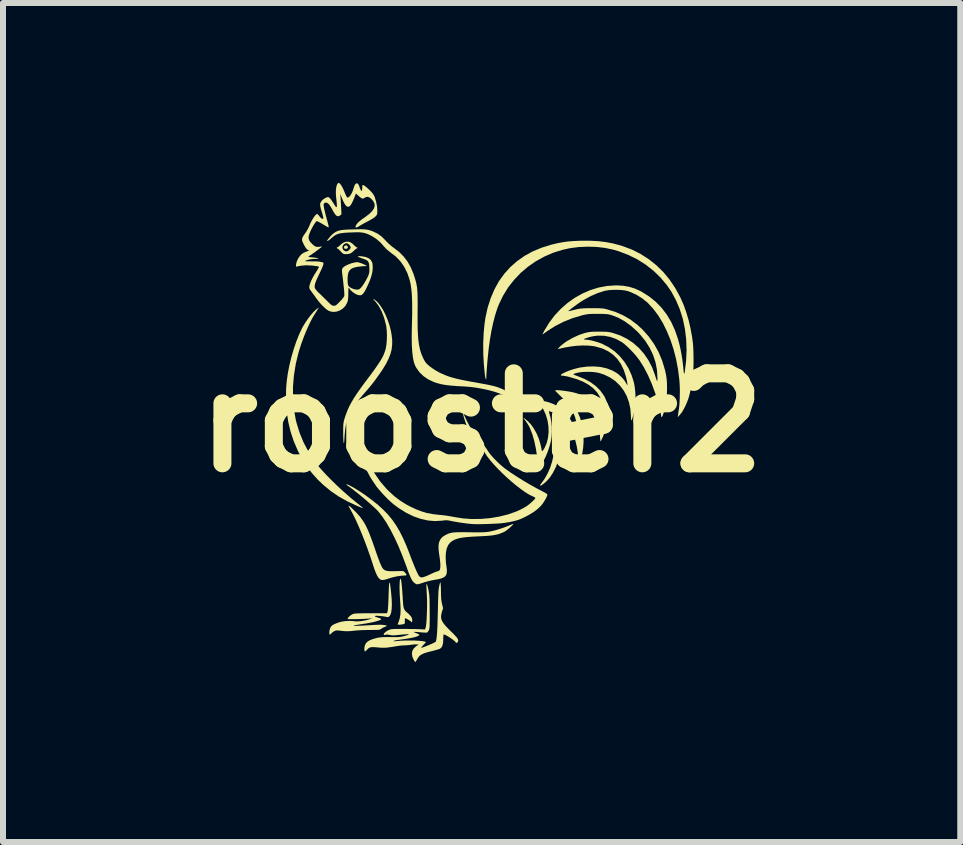
<source format=kicad_pcb>
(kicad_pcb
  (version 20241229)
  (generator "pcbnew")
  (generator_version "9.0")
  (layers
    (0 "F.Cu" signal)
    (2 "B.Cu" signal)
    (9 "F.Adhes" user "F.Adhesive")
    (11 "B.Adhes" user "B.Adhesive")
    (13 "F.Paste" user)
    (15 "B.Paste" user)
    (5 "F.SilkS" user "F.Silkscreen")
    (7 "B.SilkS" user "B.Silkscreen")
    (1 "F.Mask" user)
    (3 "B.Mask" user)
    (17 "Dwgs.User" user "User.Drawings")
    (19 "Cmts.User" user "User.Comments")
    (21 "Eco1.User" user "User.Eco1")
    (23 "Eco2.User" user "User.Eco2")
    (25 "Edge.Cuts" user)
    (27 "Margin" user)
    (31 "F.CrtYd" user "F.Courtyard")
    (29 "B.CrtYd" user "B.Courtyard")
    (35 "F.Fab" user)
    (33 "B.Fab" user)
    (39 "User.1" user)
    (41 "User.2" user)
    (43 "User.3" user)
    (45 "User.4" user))
  (footprint "rooster2"
    (layer "F.Cu")
    (at 4.979 3.995)
    (property "Reference" "rooster2" (at 0 0 0) (layer "F.SilkS") (effects (font (size 1.5 1.5) (thickness 0.3))))
    (attr board_only exclude_from_pos_files exclude_from_bom)
    (fp_poly (pts (xy -2.248 -2.952) (xy -2.235 -2.939) (xy -2.229 -2.921) (xy -2.235 -2.908) (xy -2.252 -2.898) (xy -2.272 -2.897) (xy -2.289 -2.904) (xy -2.293 -2.91) (xy -2.294 -2.93) (xy -2.283 -2.946) (xy -2.266 -2.954)) (stroke (width 0) (type solid)) (fill yes) (layer "F.SilkS"))
    (fp_poly (pts (xy 1.232 -0.028) (xy 1.243 -0.008) (xy 1.259 0.02) (xy 1.268 0.037) (xy 1.305 0.123) (xy 1.328 0.21) (xy 1.338 0.299) (xy 1.335 0.394) (xy 1.318 0.495) (xy 1.288 0.605) (xy 1.281 0.626) (xy 1.238 0.738) (xy 1.189 0.835) (xy 1.135 0.917) (xy 1.074 0.985) (xy 1.023 1.027) (xy 0.995 1.046) (xy 0.978 1.052) (xy 0.973 1.047) (xy 0.981 1.031) (xy 0.993 1.015) (xy 1.049 0.937) (xy 1.099 0.848) (xy 1.141 0.753) (xy 1.172 0.657) (xy 1.179 0.631) (xy 1.202 0.52) (xy 1.22 0.412) (xy 1.233 0.31) (xy 1.24 0.216) (xy 1.242 0.132) (xy 1.238 0.061) (xy 1.231 0.02) (xy 1.226 -0.008) (xy 1.224 -0.028) (xy 1.225 -0.035)) (stroke (width 0) (type solid)) (fill yes) (layer "F.SilkS"))
    (fp_poly (pts (xy -1.345 2.614) (xy -1.34 2.64) (xy -1.335 2.682) (xy -1.329 2.738) (xy -1.323 2.811) (xy -1.317 2.901) (xy -1.314 2.953) (xy -1.31 3.01) (xy -1.306 3.054) (xy -1.299 3.087) (xy -1.29 3.112) (xy -1.276 3.133) (xy -1.257 3.154) (xy -1.234 3.173) (xy -1.208 3.197) (xy -1.186 3.222) (xy -1.173 3.238) (xy -1.162 3.263) (xy -1.157 3.29) (xy -1.158 3.313) (xy -1.165 3.326) (xy -1.173 3.325) (xy -1.174 3.322) (xy -1.181 3.314) (xy -1.198 3.301) (xy -1.222 3.286) (xy -1.246 3.272) (xy -1.266 3.263) (xy -1.275 3.261) (xy -1.28 3.269) (xy -1.281 3.293) (xy -1.28 3.303) (xy -1.28 3.334) (xy -1.286 3.352) (xy -1.288 3.354) (xy -1.302 3.359) (xy -1.324 3.364) (xy -1.351 3.367) (xy -1.376 3.368) (xy -1.394 3.368) (xy -1.4 3.364) (xy -1.397 3.353) (xy -1.389 3.332) (xy -1.383 3.318) (xy -1.365 3.261) (xy -1.354 3.191) (xy -1.351 3.107) (xy -1.356 3.008) (xy -1.358 2.985) (xy -1.362 2.919) (xy -1.366 2.852) (xy -1.368 2.788) (xy -1.369 2.729) (xy -1.367 2.679) (xy -1.365 2.641) (xy -1.362 2.622) (xy -1.356 2.606) (xy -1.351 2.603)) (stroke (width 0) (type solid)) (fill yes) (layer "F.SilkS"))
    (fp_poly (pts (xy -2.21 -3.014) (xy -2.178 -3) (xy -2.145 -2.976) (xy -2.126 -2.957) (xy -2.106 -2.938) (xy -2.089 -2.925) (xy -2.081 -2.922) (xy -2.07 -2.916) (xy -2.07 -2.913) (xy -2.076 -2.905) (xy -2.081 -2.904) (xy -2.093 -2.898) (xy -2.111 -2.883) (xy -2.126 -2.869) (xy -2.16 -2.838) (xy -2.191 -2.819) (xy -2.224 -2.811) (xy -2.258 -2.809) (xy -2.284 -2.809) (xy -2.302 -2.813) (xy -2.317 -2.822) (xy -2.335 -2.839) (xy -2.352 -2.857) (xy -2.375 -2.88) (xy -2.394 -2.897) (xy -2.406 -2.904) (xy -2.407 -2.904) (xy -2.417 -2.91) (xy -2.417 -2.911) (xy -2.321 -2.911) (xy -2.308 -2.882) (xy -2.3 -2.874) (xy -2.273 -2.856) (xy -2.244 -2.855) (xy -2.215 -2.871) (xy -2.208 -2.878) (xy -2.192 -2.898) (xy -2.183 -2.918) (xy -2.183 -2.922) (xy -2.19 -2.943) (xy -2.207 -2.965) (xy -2.23 -2.983) (xy -2.252 -2.991) (xy -2.255 -2.991) (xy -2.275 -2.986) (xy -2.297 -2.971) (xy -2.299 -2.97) (xy -2.318 -2.942) (xy -2.321 -2.911) (xy -2.417 -2.911) (xy -2.417 -2.913) (xy -2.41 -2.921) (xy -2.406 -2.922) (xy -2.393 -2.928) (xy -2.376 -2.942) (xy -2.373 -2.945) (xy -2.328 -2.986) (xy -2.284 -3.01) (xy -2.246 -3.017)) (stroke (width 0) (type solid)) (fill yes) (layer "F.SilkS"))
    (fp_poly (pts (xy -2.207 1.389) (xy -2.186 1.405) (xy -2.16 1.43) (xy -2.129 1.46) (xy -2.097 1.492) (xy -2.066 1.526) (xy -2.038 1.557) (xy -2.017 1.583) (xy -2.015 1.586) (xy -1.986 1.626) (xy -1.959 1.667) (xy -1.934 1.711) (xy -1.91 1.76) (xy -1.886 1.815) (xy -1.86 1.88) (xy -1.831 1.956) (xy -1.799 2.046) (xy -1.787 2.08) (xy -1.767 2.139) (xy -1.747 2.196) (xy -1.728 2.25) (xy -1.711 2.294) (xy -1.699 2.328) (xy -1.696 2.334) (xy -1.676 2.381) (xy -1.658 2.417) (xy -1.638 2.443) (xy -1.614 2.46) (xy -1.583 2.471) (xy -1.542 2.476) (xy -1.488 2.477) (xy -1.44 2.476) (xy -1.306 2.474) (xy -1.279 2.499) (xy -1.259 2.522) (xy -1.253 2.539) (xy -1.262 2.547) (xy -1.272 2.548) (xy -1.34 2.552) (xy -1.415 2.563) (xy -1.489 2.58) (xy -1.542 2.596) (xy -1.591 2.612) (xy -1.627 2.621) (xy -1.654 2.624) (xy -1.675 2.621) (xy -1.693 2.612) (xy -1.703 2.604) (xy -1.723 2.582) (xy -1.744 2.548) (xy -1.765 2.501) (xy -1.789 2.439) (xy -1.81 2.374) (xy -1.854 2.24) (xy -1.901 2.107) (xy -1.949 1.977) (xy -1.998 1.853) (xy -2.047 1.736) (xy -2.095 1.629) (xy -2.141 1.535) (xy -2.184 1.454) (xy -2.194 1.437) (xy -2.208 1.411) (xy -2.217 1.391) (xy -2.218 1.383) (xy -2.218 1.383)) (stroke (width 0) (type solid)) (fill yes) (layer "F.SilkS"))
    (fp_poly (pts (xy -2.708 -1.917) (xy -2.715 -1.91) (xy -2.727 -1.899) (xy -2.73 -1.893) (xy -2.735 -1.884) (xy -2.747 -1.864) (xy -2.764 -1.837) (xy -2.77 -1.828) (xy -2.809 -1.766) (xy -2.85 -1.69) (xy -2.891 -1.603) (xy -2.933 -1.508) (xy -2.972 -1.409) (xy -3.009 -1.308) (xy -3.04 -1.21) (xy -3.051 -1.174) (xy -3.098 -0.982) (xy -3.129 -0.79) (xy -3.145 -0.6) (xy -3.145 -0.412) (xy -3.13 -0.228) (xy -3.099 -0.05) (xy -3.087 0) (xy -3.035 0.169) (xy -2.968 0.331) (xy -2.885 0.488) (xy -2.785 0.641) (xy -2.745 0.696) (xy -2.698 0.753) (xy -2.639 0.819) (xy -2.572 0.89) (xy -2.497 0.966) (xy -2.417 1.044) (xy -2.334 1.121) (xy -2.251 1.195) (xy -2.17 1.265) (xy -2.093 1.328) (xy -2.074 1.343) (xy -2.041 1.369) (xy -2.013 1.392) (xy -1.993 1.409) (xy -1.984 1.418) (xy -1.984 1.418) (xy -1.982 1.422) (xy -1.983 1.424) (xy -1.988 1.423) (xy -2 1.419) (xy -2.022 1.41) (xy -2.056 1.396) (xy -2.078 1.387) (xy -2.237 1.313) (xy -2.382 1.232) (xy -2.515 1.141) (xy -2.638 1.04) (xy -2.731 0.951) (xy -2.823 0.849) (xy -2.903 0.746) (xy -2.975 0.636) (xy -3.041 0.515) (xy -3.066 0.465) (xy -3.133 0.308) (xy -3.186 0.147) (xy -3.225 -0.017) (xy -3.25 -0.188) (xy -3.261 -0.366) (xy -3.26 -0.555) (xy -3.26 -0.561) (xy -3.25 -0.684) (xy -3.232 -0.816) (xy -3.206 -0.951) (xy -3.173 -1.087) (xy -3.134 -1.221) (xy -3.091 -1.349) (xy -3.044 -1.468) (xy -2.994 -1.574) (xy -2.974 -1.61) (xy -2.937 -1.671) (xy -2.895 -1.731) (xy -2.853 -1.787) (xy -2.811 -1.836) (xy -2.771 -1.876) (xy -2.737 -1.903) (xy -2.722 -1.912) (xy -2.708 -1.919)) (stroke (width 0) (type solid)) (fill yes) (layer "F.SilkS"))
    (fp_poly (pts (xy -1.797 -2.058) (xy -1.777 -2.044) (xy -1.768 -2.038) (xy -1.724 -1.996) (xy -1.681 -1.939) (xy -1.639 -1.871) (xy -1.6 -1.792) (xy -1.565 -1.707) (xy -1.535 -1.617) (xy -1.512 -1.526) (xy -1.5 -1.457) (xy -1.491 -1.374) (xy -1.492 -1.296) (xy -1.501 -1.219) (xy -1.521 -1.143) (xy -1.552 -1.064) (xy -1.594 -0.98) (xy -1.649 -0.89) (xy -1.703 -0.81) (xy -1.749 -0.746) (xy -1.79 -0.689) (xy -1.831 -0.637) (xy -1.874 -0.584) (xy -1.924 -0.526) (xy -1.97 -0.474) (xy -2.048 -0.382) (xy -2.113 -0.298) (xy -2.166 -0.217) (xy -2.207 -0.138) (xy -2.238 -0.057) (xy -2.261 0.028) (xy -2.276 0.119) (xy -2.285 0.22) (xy -2.286 0.239) (xy -2.289 0.287) (xy -2.291 0.319) (xy -2.294 0.337) (xy -2.296 0.342) (xy -2.3 0.336) (xy -2.3 0.335) (xy -2.303 0.318) (xy -2.305 0.287) (xy -2.307 0.245) (xy -2.308 0.196) (xy -2.308 0.157) (xy -2.308 0.1) (xy -2.307 0.056) (xy -2.305 0.023) (xy -2.301 -0.005) (xy -2.296 -0.031) (xy -2.288 -0.059) (xy -2.284 -0.074) (xy -2.261 -0.141) (xy -2.236 -0.206) (xy -2.207 -0.271) (xy -2.172 -0.336) (xy -2.131 -0.406) (xy -2.082 -0.481) (xy -2.024 -0.564) (xy -1.956 -0.658) (xy -1.933 -0.688) (xy -1.866 -0.777) (xy -1.809 -0.854) (xy -1.761 -0.921) (xy -1.722 -0.979) (xy -1.689 -1.029) (xy -1.663 -1.073) (xy -1.642 -1.113) (xy -1.626 -1.15) (xy -1.613 -1.186) (xy -1.602 -1.222) (xy -1.595 -1.252) (xy -1.586 -1.312) (xy -1.581 -1.383) (xy -1.579 -1.459) (xy -1.582 -1.533) (xy -1.589 -1.6) (xy -1.595 -1.63) (xy -1.626 -1.748) (xy -1.666 -1.852) (xy -1.715 -1.943) (xy -1.772 -2.019) (xy -1.781 -2.028) (xy -1.8 -2.049) (xy -1.805 -2.059)) (stroke (width 0) (type solid)) (fill yes) (layer "F.SilkS"))
    (fp_poly (pts (xy -1.532 2.67) (xy -1.527 2.691) (xy -1.522 2.729) (xy -1.515 2.784) (xy -1.509 2.84) (xy -1.5 2.943) (xy -1.497 3.031) (xy -1.5 3.105) (xy -1.508 3.163) (xy -1.522 3.205) (xy -1.534 3.223) (xy -1.546 3.236) (xy -1.558 3.241) (xy -1.575 3.241) (xy -1.6 3.236) (xy -1.634 3.23) (xy -1.676 3.225) (xy -1.715 3.221) (xy -1.753 3.219) (xy -1.776 3.222) (xy -1.782 3.227) (xy -1.773 3.235) (xy -1.746 3.245) (xy -1.737 3.248) (xy -1.709 3.257) (xy -1.687 3.265) (xy -1.679 3.269) (xy -1.676 3.277) (xy -1.687 3.288) (xy -1.714 3.299) (xy -1.752 3.311) (xy -1.801 3.324) (xy -1.86 3.336) (xy -1.926 3.348) (xy -1.981 3.356) (xy -2.046 3.366) (xy -2.093 3.373) (xy -2.122 3.379) (xy -2.134 3.384) (xy -2.13 3.387) (xy -2.107 3.388) (xy -2.068 3.387) (xy -2.011 3.385) (xy -1.937 3.381) (xy -1.845 3.376) (xy -1.809 3.373) (xy -1.737 3.37) (xy -1.682 3.369) (xy -1.641 3.372) (xy -1.627 3.374) (xy -1.6 3.379) (xy -1.582 3.384) (xy -1.577 3.386) (xy -1.582 3.39) (xy -1.599 3.398) (xy -1.612 3.404) (xy -1.642 3.417) (xy -1.669 3.433) (xy -1.675 3.437) (xy -1.685 3.444) (xy -1.695 3.449) (xy -1.71 3.453) (xy -1.731 3.455) (xy -1.761 3.456) (xy -1.803 3.456) (xy -1.86 3.457) (xy -1.861 3.457) (xy -1.922 3.457) (xy -1.987 3.459) (xy -2.05 3.462) (xy -2.105 3.466) (xy -2.132 3.469) (xy -2.186 3.475) (xy -2.23 3.477) (xy -2.27 3.477) (xy -2.314 3.473) (xy -2.334 3.471) (xy -2.375 3.466) (xy -2.404 3.464) (xy -2.424 3.465) (xy -2.44 3.469) (xy -2.455 3.475) (xy -2.46 3.478) (xy -2.485 3.494) (xy -2.507 3.513) (xy -2.51 3.518) (xy -2.523 3.531) (xy -2.532 3.534) (xy -2.533 3.534) (xy -2.538 3.518) (xy -2.539 3.493) (xy -2.536 3.462) (xy -2.528 3.433) (xy -2.523 3.419) (xy -2.51 3.398) (xy -2.492 3.381) (xy -2.467 3.365) (xy -2.431 3.349) (xy -2.395 3.335) (xy -2.342 3.319) (xy -2.278 3.309) (xy -2.212 3.305) (xy -2.151 3.307) (xy -2.124 3.311) (xy -2.082 3.314) (xy -2.03 3.311) (xy -1.973 3.303) (xy -1.915 3.291) (xy -1.874 3.279) (xy -1.822 3.261) (xy -1.874 3.265) (xy -1.923 3.269) (xy -1.977 3.272) (xy -2.032 3.274) (xy -2.085 3.276) (xy -2.134 3.276) (xy -2.176 3.276) (xy -2.209 3.276) (xy -2.229 3.274) (xy -2.235 3.272) (xy -2.228 3.255) (xy -2.21 3.234) (xy -2.185 3.213) (xy -2.159 3.196) (xy -2.154 3.194) (xy -2.143 3.19) (xy -2.129 3.186) (xy -2.112 3.183) (xy -2.088 3.181) (xy -2.057 3.18) (xy -2.016 3.179) (xy -1.963 3.178) (xy -1.896 3.178) (xy -1.848 3.178) (xy -1.578 3.178) (xy -1.568 3.146) (xy -1.564 3.127) (xy -1.561 3.092) (xy -1.558 3.044) (xy -1.555 2.984) (xy -1.552 2.915) (xy -1.552 2.894) (xy -1.549 2.814) (xy -1.547 2.751) (xy -1.544 2.705) (xy -1.541 2.677) (xy -1.537 2.665)) (stroke (width 0) (type solid)) (fill yes) (layer "F.SilkS"))
    (fp_poly (pts (xy -2.244 1.029) (xy -2.224 1.036) (xy -2.207 1.044) (xy -2.123 1.09) (xy -2.031 1.147) (xy -1.936 1.211) (xy -1.842 1.281) (xy -1.752 1.352) (xy -1.724 1.375) (xy -1.638 1.454) (xy -1.56 1.535) (xy -1.49 1.62) (xy -1.427 1.711) (xy -1.368 1.811) (xy -1.312 1.922) (xy -1.257 2.046) (xy -1.217 2.148) (xy -1.178 2.251) (xy -1.144 2.338) (xy -1.114 2.411) (xy -1.09 2.468) (xy -1.069 2.512) (xy -1.053 2.543) (xy -1.04 2.561) (xy -1.037 2.564) (xy -1.022 2.575) (xy -1.005 2.58) (xy -0.983 2.578) (xy -0.954 2.57) (xy -0.915 2.555) (xy -0.864 2.532) (xy -0.853 2.526) (xy -0.813 2.508) (xy -0.778 2.493) (xy -0.75 2.483) (xy -0.734 2.478) (xy -0.733 2.478) (xy -0.711 2.471) (xy -0.696 2.45) (xy -0.689 2.414) (xy -0.688 2.362) (xy -0.694 2.296) (xy -0.7 2.252) (xy -0.711 2.176) (xy -0.718 2.113) (xy -0.719 2.063) (xy -0.716 2.022) (xy -0.707 1.987) (xy -0.693 1.956) (xy -0.677 1.931) (xy -0.647 1.901) (xy -0.604 1.874) (xy -0.553 1.85) (xy -0.498 1.835) (xy -0.496 1.834) (xy -0.469 1.831) (xy -0.426 1.828) (xy -0.372 1.827) (xy -0.307 1.827) (xy -0.261 1.827) (xy -0.174 1.828) (xy -0.102 1.829) (xy -0.043 1.829) (xy 0.005 1.828) (xy 0.044 1.827) (xy 0.077 1.824) (xy 0.107 1.821) (xy 0.134 1.816) (xy 0.15 1.813) (xy 0.227 1.795) (xy 0.312 1.769) (xy 0.395 1.74) (xy 0.455 1.716) (xy 0.486 1.703) (xy 0.511 1.693) (xy 0.525 1.689) (xy 0.527 1.689) (xy 0.524 1.697) (xy 0.51 1.713) (xy 0.488 1.734) (xy 0.462 1.757) (xy 0.435 1.78) (xy 0.409 1.8) (xy 0.388 1.814) (xy 0.383 1.817) (xy 0.342 1.836) (xy 0.301 1.852) (xy 0.257 1.865) (xy 0.208 1.875) (xy 0.15 1.883) (xy 0.082 1.889) (xy 0.001 1.893) (xy -0.058 1.896) (xy -0.156 1.901) (xy -0.239 1.907) (xy -0.309 1.915) (xy -0.367 1.925) (xy -0.415 1.938) (xy -0.456 1.954) (xy -0.49 1.973) (xy -0.521 1.997) (xy -0.523 1.999) (xy -0.557 2.039) (xy -0.581 2.094) (xy -0.595 2.161) (xy -0.6 2.24) (xy -0.596 2.331) (xy -0.587 2.395) (xy -0.58 2.452) (xy -0.581 2.499) (xy -0.59 2.535) (xy -0.609 2.563) (xy -0.64 2.584) (xy -0.685 2.601) (xy -0.744 2.614) (xy -0.792 2.622) (xy -0.839 2.631) (xy -0.893 2.644) (xy -0.945 2.658) (xy -0.966 2.665) (xy -1.005 2.678) (xy -1.039 2.688) (xy -1.065 2.694) (xy -1.075 2.696) (xy -1.094 2.69) (xy -1.117 2.676) (xy -1.125 2.669) (xy -1.141 2.653) (xy -1.156 2.634) (xy -1.171 2.608) (xy -1.187 2.573) (xy -1.206 2.529) (xy -1.228 2.472) (xy -1.253 2.401) (xy -1.258 2.387) (xy -1.321 2.22) (xy -1.385 2.064) (xy -1.451 1.92) (xy -1.518 1.789) (xy -1.585 1.672) (xy -1.653 1.57) (xy -1.719 1.485) (xy -1.744 1.458) (xy -1.782 1.422) (xy -1.828 1.38) (xy -1.881 1.333) (xy -1.939 1.283) (xy -1.998 1.233) (xy -2.058 1.184) (xy -2.115 1.139) (xy -2.166 1.099) (xy -2.211 1.066) (xy -2.238 1.048) (xy -2.254 1.035) (xy -2.255 1.029)) (stroke (width 0) (type solid)) (fill yes) (layer "F.SilkS"))
    (fp_poly (pts (xy -1.961 -3.222) (xy -1.922 -3.218) (xy -1.886 -3.212) (xy -1.852 -3.202) (xy -1.817 -3.189) (xy -1.809 -3.186) (xy -1.736 -3.151) (xy -1.67 -3.104) (xy -1.607 -3.042) (xy -1.601 -3.034) (xy -1.553 -2.985) (xy -1.495 -2.936) (xy -1.459 -2.909) (xy -1.371 -2.841) (xy -1.297 -2.765) (xy -1.234 -2.682) (xy -1.181 -2.587) (xy -1.136 -2.479) (xy -1.126 -2.449) (xy -1.112 -2.404) (xy -1.1 -2.363) (xy -1.09 -2.323) (xy -1.082 -2.283) (xy -1.076 -2.241) (xy -1.072 -2.194) (xy -1.069 -2.139) (xy -1.068 -2.075) (xy -1.067 -2) (xy -1.067 -1.911) (xy -1.068 -1.851) (xy -1.068 -1.735) (xy -1.068 -1.634) (xy -1.066 -1.546) (xy -1.062 -1.47) (xy -1.058 -1.404) (xy -1.051 -1.345) (xy -1.043 -1.292) (xy -1.033 -1.242) (xy -1.026 -1.213) (xy -1.011 -1.162) (xy -0.99 -1.11) (xy -0.968 -1.06) (xy -0.944 -1.018) (xy -0.927 -0.994) (xy -0.899 -0.966) (xy -0.859 -0.933) (xy -0.812 -0.899) (xy -0.762 -0.867) (xy -0.714 -0.84) (xy -0.709 -0.837) (xy -0.655 -0.812) (xy -0.602 -0.789) (xy -0.548 -0.769) (xy -0.49 -0.751) (xy -0.426 -0.734) (xy -0.352 -0.717) (xy -0.267 -0.7) (xy -0.169 -0.681) (xy -0.13 -0.675) (xy -0.044 -0.659) (xy 0.027 -0.646) (xy 0.086 -0.635) (xy 0.135 -0.625) (xy 0.176 -0.616) (xy 0.211 -0.607) (xy 0.244 -0.598) (xy 0.27 -0.59) (xy 0.354 -0.556) (xy 0.43 -0.513) (xy 0.494 -0.462) (xy 0.545 -0.404) (xy 0.568 -0.367) (xy 0.581 -0.339) (xy 0.585 -0.325) (xy 0.578 -0.324) (xy 0.563 -0.337) (xy 0.557 -0.343) (xy 0.514 -0.38) (xy 0.456 -0.417) (xy 0.384 -0.452) (xy 0.301 -0.485) (xy 0.209 -0.516) (xy 0.109 -0.543) (xy 0.009 -0.564) (xy -0.053 -0.576) (xy -0.109 -0.585) (xy -0.161 -0.592) (xy -0.215 -0.597) (xy -0.275 -0.602) (xy -0.346 -0.606) (xy -0.391 -0.608) (xy -0.499 -0.616) (xy -0.592 -0.626) (xy -0.672 -0.64) (xy -0.744 -0.659) (xy -0.8 -0.678) (xy -0.892 -0.722) (xy -0.971 -0.776) (xy -1.037 -0.84) (xy -1.089 -0.913) (xy -1.11 -0.952) (xy -1.13 -1.008) (xy -1.145 -1.081) (xy -1.156 -1.171) (xy -1.163 -1.276) (xy -1.166 -1.398) (xy -1.165 -1.537) (xy -1.164 -1.565) (xy -1.161 -1.7) (xy -1.158 -1.818) (xy -1.158 -1.923) (xy -1.159 -2.015) (xy -1.162 -2.096) (xy -1.166 -2.167) (xy -1.173 -2.23) (xy -1.181 -2.288) (xy -1.191 -2.34) (xy -1.2 -2.378) (xy -1.239 -2.493) (xy -1.29 -2.596) (xy -1.354 -2.688) (xy -1.431 -2.769) (xy -1.515 -2.833) (xy -1.582 -2.887) (xy -1.63 -2.938) (xy -1.693 -3.009) (xy -1.759 -3.065) (xy -1.831 -3.11) (xy -1.835 -3.112) (xy -1.88 -3.135) (xy -1.919 -3.151) (xy -1.956 -3.162) (xy -1.996 -3.169) (xy -2.041 -3.173) (xy -2.097 -3.173) (xy -2.152 -3.171) (xy -2.229 -3.168) (xy -2.292 -3.164) (xy -2.342 -3.158) (xy -2.383 -3.149) (xy -2.416 -3.138) (xy -2.445 -3.122) (xy -2.473 -3.102) (xy -2.495 -3.083) (xy -2.527 -3.055) (xy -2.554 -3.036) (xy -2.574 -3.027) (xy -2.578 -3.026) (xy -2.577 -3.032) (xy -2.568 -3.047) (xy -2.552 -3.068) (xy -2.532 -3.092) (xy -2.512 -3.116) (xy -2.492 -3.135) (xy -2.484 -3.143) (xy -2.457 -3.163) (xy -2.432 -3.18) (xy -2.405 -3.192) (xy -2.376 -3.202) (xy -2.34 -3.209) (xy -2.295 -3.214) (xy -2.239 -3.218) (xy -2.169 -3.22) (xy -2.139 -3.221) (xy -2.067 -3.223) (xy -2.009 -3.224)) (stroke (width 0) (type solid)) (fill yes) (layer "F.SilkS"))
    (fp_poly (pts (xy -0.303 -0.148) (xy -0.259 -0.054) (xy -0.219 0.025) (xy -0.182 0.093) (xy -0.146 0.152) (xy -0.111 0.204) (xy -0.075 0.251) (xy -0.036 0.297) (xy -0.008 0.326) (xy 0.033 0.372) (xy 0.069 0.418) (xy 0.096 0.458) (xy 0.1 0.465) (xy 0.123 0.501) (xy 0.158 0.544) (xy 0.2 0.592) (xy 0.248 0.641) (xy 0.299 0.69) (xy 0.35 0.734) (xy 0.391 0.767) (xy 0.481 0.831) (xy 0.583 0.898) (xy 0.692 0.966) (xy 0.803 1.032) (xy 0.913 1.093) (xy 1.016 1.147) (xy 1.037 1.158) (xy 1.072 1.177) (xy 1.092 1.193) (xy 1.096 1.201) (xy 1.091 1.22) (xy 1.078 1.25) (xy 1.059 1.284) (xy 1.037 1.321) (xy 1.014 1.355) (xy 0.995 1.379) (xy 0.94 1.434) (xy 0.87 1.488) (xy 0.783 1.541) (xy 0.736 1.566) (xy 0.67 1.598) (xy 0.606 1.623) (xy 0.538 1.642) (xy 0.463 1.658) (xy 0.376 1.672) (xy 0.365 1.673) (xy 0.323 1.678) (xy 0.269 1.682) (xy 0.206 1.685) (xy 0.137 1.688) (xy 0.067 1.691) (xy -0.001 1.692) (xy -0.063 1.693) (xy -0.116 1.692) (xy -0.156 1.691) (xy -0.161 1.69) (xy -0.225 1.684) (xy -0.295 1.675) (xy -0.366 1.665) (xy -0.432 1.654) (xy -0.488 1.644) (xy -0.497 1.642) (xy -0.537 1.633) (xy -0.568 1.629) (xy -0.595 1.627) (xy -0.627 1.63) (xy -0.668 1.635) (xy -0.782 1.641) (xy -0.898 1.631) (xy -1.017 1.604) (xy -1.136 1.562) (xy -1.256 1.504) (xy -1.375 1.43) (xy -1.47 1.36) (xy -1.513 1.323) (xy -1.564 1.275) (xy -1.617 1.221) (xy -1.668 1.166) (xy -1.715 1.112) (xy -1.754 1.064) (xy -1.756 1.061) (xy -1.849 0.922) (xy -1.929 0.774) (xy -1.994 0.621) (xy -2.044 0.465) (xy -2.061 0.391) (xy -2.068 0.351) (xy -2.075 0.302) (xy -2.08 0.247) (xy -2.083 0.189) (xy -2.086 0.133) (xy -2.087 0.082) (xy -2.086 0.038) (xy -2.083 0.006) (xy -2.08 -0.009) (xy -2.075 -0.019) (xy -2.072 -0.018) (xy -2.069 -0.003) (xy -2.066 0.017) (xy -2.035 0.201) (xy -1.991 0.376) (xy -1.935 0.543) (xy -1.866 0.699) (xy -1.785 0.845) (xy -1.693 0.979) (xy -1.589 1.101) (xy -1.546 1.144) (xy -1.455 1.227) (xy -1.363 1.297) (xy -1.265 1.359) (xy -1.187 1.401) (xy -1.09 1.446) (xy -0.999 1.481) (xy -0.91 1.507) (xy -0.815 1.525) (xy -0.711 1.537) (xy -0.687 1.539) (xy -0.635 1.544) (xy -0.574 1.553) (xy -0.511 1.563) (xy -0.454 1.574) (xy -0.452 1.574) (xy -0.311 1.597) (xy -0.163 1.607) (xy -0.011 1.605) (xy 0.141 1.592) (xy 0.29 1.567) (xy 0.432 1.532) (xy 0.566 1.486) (xy 0.632 1.457) (xy 0.672 1.437) (xy 0.711 1.416) (xy 0.743 1.397) (xy 0.754 1.39) (xy 0.781 1.37) (xy 0.811 1.345) (xy 0.84 1.319) (xy 0.866 1.294) (xy 0.886 1.273) (xy 0.895 1.259) (xy 0.896 1.257) (xy 0.888 1.248) (xy 0.869 1.237) (xy 0.847 1.227) (xy 0.79 1.199) (xy 0.725 1.159) (xy 0.654 1.108) (xy 0.578 1.05) (xy 0.5 0.985) (xy 0.421 0.916) (xy 0.344 0.843) (xy 0.271 0.77) (xy 0.203 0.698) (xy 0.143 0.628) (xy 0.093 0.564) (xy 0.056 0.507) (xy 0.029 0.468) (xy -0.007 0.427) (xy -0.038 0.397) (xy -0.094 0.337) (xy -0.147 0.261) (xy -0.198 0.169) (xy -0.245 0.063) (xy -0.274 -0.017) (xy -0.286 -0.055) (xy -0.297 -0.09) (xy -0.305 -0.12) (xy -0.31 -0.143) (xy -0.311 -0.157) (xy -0.309 -0.158)) (stroke (width 0) (type solid)) (fill yes) (layer "F.SilkS"))
    (fp_poly (pts (xy -0.687 2.667) (xy -0.684 2.683) (xy -0.682 2.705) (xy -0.68 2.739) (xy -0.679 2.782) (xy -0.678 2.829) (xy -0.678 2.832) (xy -0.677 2.897) (xy -0.673 2.951) (xy -0.666 2.998) (xy -0.661 3.02) (xy -0.643 3.094) (xy -0.661 3.149) (xy -0.672 3.193) (xy -0.677 3.232) (xy -0.674 3.268) (xy -0.661 3.304) (xy -0.639 3.342) (xy -0.605 3.384) (xy -0.559 3.433) (xy -0.522 3.47) (xy -0.474 3.517) (xy -0.439 3.554) (xy -0.413 3.583) (xy -0.398 3.606) (xy -0.391 3.625) (xy -0.392 3.641) (xy -0.399 3.656) (xy -0.404 3.664) (xy -0.412 3.673) (xy -0.42 3.672) (xy -0.433 3.661) (xy -0.444 3.648) (xy -0.462 3.632) (xy -0.489 3.611) (xy -0.521 3.589) (xy -0.555 3.567) (xy -0.587 3.549) (xy -0.613 3.536) (xy -0.629 3.53) (xy -0.629 3.53) (xy -0.635 3.535) (xy -0.638 3.552) (xy -0.64 3.582) (xy -0.64 3.611) (xy -0.643 3.67) (xy -0.653 3.715) (xy -0.669 3.747) (xy -0.693 3.768) (xy -0.697 3.77) (xy -0.714 3.777) (xy -0.745 3.786) (xy -0.784 3.797) (xy -0.829 3.809) (xy -0.844 3.812) (xy -0.909 3.829) (xy -0.959 3.845) (xy -0.997 3.862) (xy -1.027 3.881) (xy -1.05 3.905) (xy -1.069 3.933) (xy -1.073 3.941) (xy -1.088 3.967) (xy -1.099 3.985) (xy -1.106 3.991) (xy -1.113 3.984) (xy -1.125 3.968) (xy -1.128 3.963) (xy -1.154 3.906) (xy -1.163 3.854) (xy -1.156 3.807) (xy -1.133 3.765) (xy -1.093 3.728) (xy -1.081 3.72) (xy -1.048 3.7) (xy -1.086 3.697) (xy -1.115 3.697) (xy -1.152 3.7) (xy -1.183 3.704) (xy -1.223 3.709) (xy -1.266 3.712) (xy -1.293 3.713) (xy -1.327 3.715) (xy -1.369 3.719) (xy -1.411 3.725) (xy -1.415 3.726) (xy -1.483 3.737) (xy -1.538 3.745) (xy -1.584 3.751) (xy -1.624 3.753) (xy -1.663 3.753) (xy -1.705 3.75) (xy -1.735 3.747) (xy -1.788 3.743) (xy -1.826 3.742) (xy -1.855 3.746) (xy -1.878 3.756) (xy -1.898 3.772) (xy -1.916 3.792) (xy -1.935 3.81) (xy -1.948 3.812) (xy -1.954 3.798) (xy -1.955 3.768) (xy -1.955 3.756) (xy -1.947 3.714) (xy -1.93 3.679) (xy -1.902 3.65) (xy -1.861 3.626) (xy -1.805 3.605) (xy -1.753 3.591) (xy -1.722 3.584) (xy -1.692 3.58) (xy -1.659 3.577) (xy -1.618 3.575) (xy -1.566 3.575) (xy -1.52 3.575) (xy -1.461 3.576) (xy -1.416 3.576) (xy -1.381 3.574) (xy -1.352 3.571) (xy -1.326 3.567) (xy -1.3 3.56) (xy -1.292 3.558) (xy -1.251 3.546) (xy -1.224 3.537) (xy -1.213 3.531) (xy -1.217 3.528) (xy -1.237 3.527) (xy -1.273 3.529) (xy -1.325 3.533) (xy -1.394 3.54) (xy -1.442 3.545) (xy -1.479 3.546) (xy -1.508 3.544) (xy -1.535 3.539) (xy -1.569 3.533) (xy -1.592 3.533) (xy -1.604 3.537) (xy -1.624 3.542) (xy -1.631 3.538) (xy -1.631 3.523) (xy -1.618 3.504) (xy -1.594 3.483) (xy -1.562 3.464) (xy -1.558 3.462) (xy -1.541 3.454) (xy -1.525 3.449) (xy -1.508 3.444) (xy -1.487 3.442) (xy -1.459 3.44) (xy -1.42 3.439) (xy -1.369 3.439) (xy -1.335 3.439) (xy -1.272 3.439) (xy -1.207 3.44) (xy -1.144 3.441) (xy -1.088 3.442) (xy -1.052 3.443) (xy -0.944 3.448) (xy -0.933 3.415) (xy -0.928 3.391) (xy -0.923 3.352) (xy -0.919 3.302) (xy -0.916 3.243) (xy -0.913 3.177) (xy -0.911 3.109) (xy -0.91 3.041) (xy -0.91 2.976) (xy -0.912 2.916) (xy -0.913 2.887) (xy -0.916 2.836) (xy -0.918 2.79) (xy -0.92 2.751) (xy -0.921 2.723) (xy -0.921 2.713) (xy -0.92 2.693) (xy -0.916 2.689) (xy -0.91 2.701) (xy -0.902 2.726) (xy -0.892 2.765) (xy -0.886 2.791) (xy -0.881 2.819) (xy -0.877 2.845) (xy -0.873 2.873) (xy -0.871 2.905) (xy -0.869 2.942) (xy -0.868 2.989) (xy -0.867 3.047) (xy -0.867 3.119) (xy -0.866 3.157) (xy -0.866 3.234) (xy -0.866 3.295) (xy -0.867 3.344) (xy -0.867 3.381) (xy -0.869 3.408) (xy -0.871 3.429) (xy -0.874 3.443) (xy -0.878 3.455) (xy -0.881 3.462) (xy -0.894 3.484) (xy -0.908 3.498) (xy -0.91 3.499) (xy -0.924 3.501) (xy -0.951 3.5) (xy -0.987 3.498) (xy -1.017 3.495) (xy -1.07 3.49) (xy -1.106 3.488) (xy -1.126 3.489) (xy -1.128 3.494) (xy -1.114 3.501) (xy -1.091 3.509) (xy -1.059 3.522) (xy -1.042 3.533) (xy -1.039 3.539) (xy -1.048 3.55) (xy -1.072 3.562) (xy -1.111 3.575) (xy -1.164 3.587) (xy -1.229 3.599) (xy -1.305 3.61) (xy -1.363 3.618) (xy -1.401 3.623) (xy -1.435 3.629) (xy -1.458 3.635) (xy -1.466 3.638) (xy -1.469 3.643) (xy -1.462 3.645) (xy -1.441 3.644) (xy -1.407 3.641) (xy -1.353 3.636) (xy -1.293 3.633) (xy -1.231 3.632) (xy -1.169 3.632) (xy -1.109 3.633) (xy -1.055 3.636) (xy -1.007 3.64) (xy -0.969 3.645) (xy -0.943 3.651) (xy -0.931 3.657) (xy -0.93 3.659) (xy -0.936 3.668) (xy -0.951 3.685) (xy -0.971 3.706) (xy -0.991 3.728) (xy -1.004 3.744) (xy -1.007 3.752) (xy -1.007 3.752) (xy -0.997 3.752) (xy -0.975 3.745) (xy -0.944 3.734) (xy -0.907 3.719) (xy -0.869 3.703) (xy -0.832 3.687) (xy -0.8 3.672) (xy -0.777 3.66) (xy -0.765 3.652) (xy -0.765 3.651) (xy -0.759 3.633) (xy -0.753 3.603) (xy -0.748 3.559) (xy -0.743 3.501) (xy -0.739 3.429) (xy -0.736 3.342) (xy -0.733 3.238) (xy -0.73 3.135) (xy -0.728 3.044) (xy -0.726 2.968) (xy -0.724 2.906) (xy -0.722 2.856) (xy -0.72 2.815) (xy -0.717 2.783) (xy -0.714 2.756) (xy -0.71 2.734) (xy -0.706 2.717) (xy -0.698 2.684) (xy -0.693 2.665) (xy -0.69 2.66)) (stroke (width 0) (type solid)) (fill yes) (layer "F.SilkS"))
    (fp_poly (pts (xy -2.361 -3.982) (xy -2.34 -3.955) (xy -2.318 -3.916) (xy -2.295 -3.866) (xy -2.288 -3.849) (xy -2.273 -3.812) (xy -2.259 -3.782) (xy -2.247 -3.76) (xy -2.241 -3.753) (xy -2.226 -3.753) (xy -2.207 -3.766) (xy -2.186 -3.791) (xy -2.166 -3.825) (xy -2.148 -3.865) (xy -2.134 -3.909) (xy -2.131 -3.919) (xy -2.118 -3.956) (xy -2.102 -3.98) (xy -2.084 -3.99) (xy -2.066 -3.985) (xy -2.05 -3.964) (xy -2.045 -3.952) (xy -2.028 -3.905) (xy -2.014 -3.875) (xy -2.003 -3.862) (xy -1.996 -3.866) (xy -1.992 -3.887) (xy -1.991 -3.907) (xy -1.99 -3.934) (xy -1.988 -3.953) (xy -1.986 -3.959) (xy -1.973 -3.96) (xy -1.95 -3.947) (xy -1.918 -3.922) (xy -1.878 -3.885) (xy -1.868 -3.876) (xy -1.833 -3.84) (xy -1.81 -3.811) (xy -1.793 -3.783) (xy -1.783 -3.761) (xy -1.76 -3.684) (xy -1.744 -3.604) (xy -1.739 -3.53) (xy -1.74 -3.497) (xy -1.743 -3.475) (xy -1.751 -3.458) (xy -1.766 -3.44) (xy -1.766 -3.44) (xy -1.788 -3.42) (xy -1.825 -3.396) (xy -1.874 -3.368) (xy -1.903 -3.353) (xy -1.945 -3.331) (xy -1.985 -3.309) (xy -2.018 -3.29) (xy -2.04 -3.277) (xy -2.043 -3.275) (xy -2.068 -3.259) (xy -2.089 -3.253) (xy -2.102 -3.255) (xy -2.104 -3.261) (xy -2.098 -3.282) (xy -2.083 -3.308) (xy -2.061 -3.335) (xy -2.052 -3.343) (xy -2.034 -3.359) (xy -2.006 -3.381) (xy -1.971 -3.406) (xy -1.937 -3.43) (xy -1.873 -3.479) (xy -1.826 -3.525) (xy -1.796 -3.569) (xy -1.783 -3.611) (xy -1.787 -3.653) (xy -1.807 -3.693) (xy -1.843 -3.733) (xy -1.843 -3.733) (xy -1.877 -3.757) (xy -1.908 -3.765) (xy -1.938 -3.756) (xy -1.952 -3.747) (xy -1.97 -3.736) (xy -1.988 -3.735) (xy -2.009 -3.745) (xy -2.037 -3.766) (xy -2.056 -3.783) (xy -2.095 -3.819) (xy -2.104 -3.799) (xy -2.111 -3.781) (xy -2.122 -3.753) (xy -2.136 -3.719) (xy -2.14 -3.709) (xy -2.165 -3.656) (xy -2.188 -3.619) (xy -2.212 -3.6) (xy -2.235 -3.598) (xy -2.259 -3.613) (xy -2.283 -3.645) (xy -2.309 -3.695) (xy -2.326 -3.735) (xy -2.357 -3.813) (xy -2.352 -3.748) (xy -2.35 -3.712) (xy -2.347 -3.665) (xy -2.344 -3.614) (xy -2.342 -3.578) (xy -2.337 -3.473) (xy -2.36 -3.454) (xy -2.379 -3.442) (xy -2.395 -3.441) (xy -2.412 -3.446) (xy -2.427 -3.455) (xy -2.441 -3.471) (xy -2.458 -3.496) (xy -2.48 -3.533) (xy -2.483 -3.539) (xy -2.503 -3.576) (xy -2.524 -3.609) (xy -2.542 -3.635) (xy -2.551 -3.645) (xy -2.577 -3.664) (xy -2.601 -3.669) (xy -2.621 -3.661) (xy -2.633 -3.642) (xy -2.635 -3.627) (xy -2.632 -3.604) (xy -2.625 -3.566) (xy -2.614 -3.518) (xy -2.6 -3.46) (xy -2.583 -3.396) (xy -2.572 -3.359) (xy -2.562 -3.32) (xy -2.554 -3.288) (xy -2.55 -3.265) (xy -2.55 -3.256) (xy -2.56 -3.257) (xy -2.58 -3.267) (xy -2.606 -3.282) (xy -2.611 -3.285) (xy -2.645 -3.306) (xy -2.681 -3.327) (xy -2.707 -3.341) (xy -2.75 -3.361) (xy -2.775 -3.331) (xy -2.795 -3.302) (xy -2.817 -3.264) (xy -2.84 -3.221) (xy -2.86 -3.178) (xy -2.875 -3.138) (xy -2.884 -3.108) (xy -2.884 -3.103) (xy -2.885 -3.07) (xy -2.876 -3.041) (xy -2.857 -3.011) (xy -2.825 -2.978) (xy -2.819 -2.971) (xy -2.791 -2.948) (xy -2.766 -2.934) (xy -2.739 -2.929) (xy -2.704 -2.931) (xy -2.68 -2.935) (xy -2.665 -2.936) (xy -2.661 -2.935) (xy -2.667 -2.928) (xy -2.685 -2.914) (xy -2.711 -2.894) (xy -2.742 -2.871) (xy -2.775 -2.846) (xy -2.806 -2.824) (xy -2.834 -2.804) (xy -2.854 -2.791) (xy -2.861 -2.787) (xy -2.879 -2.776) (xy -2.887 -2.767) (xy -2.887 -2.766) (xy -2.879 -2.762) (xy -2.858 -2.758) (xy -2.828 -2.755) (xy -2.82 -2.754) (xy -2.784 -2.751) (xy -2.753 -2.746) (xy -2.732 -2.741) (xy -2.73 -2.74) (xy -2.721 -2.736) (xy -2.724 -2.733) (xy -2.74 -2.731) (xy -2.762 -2.731) (xy -2.824 -2.727) (xy -2.883 -2.717) (xy -2.931 -2.702) (xy -2.932 -2.701) (xy -2.942 -2.696) (xy -2.945 -2.693) (xy -2.939 -2.691) (xy -2.921 -2.689) (xy -2.89 -2.689) (xy -2.844 -2.688) (xy -2.843 -2.688) (xy -2.797 -2.688) (xy -2.756 -2.687) (xy -2.723 -2.685) (xy -2.703 -2.683) (xy -2.701 -2.683) (xy -2.674 -2.677) (xy -2.656 -2.674) (xy -2.642 -2.669) (xy -2.637 -2.659) (xy -2.639 -2.638) (xy -2.639 -2.637) (xy -2.645 -2.618) (xy -2.657 -2.587) (xy -2.674 -2.548) (xy -2.695 -2.503) (xy -2.71 -2.472) (xy -2.74 -2.409) (xy -2.762 -2.358) (xy -2.776 -2.318) (xy -2.783 -2.286) (xy -2.784 -2.261) (xy -2.779 -2.239) (xy -2.778 -2.238) (xy -2.767 -2.221) (xy -2.747 -2.196) (xy -2.721 -2.169) (xy -2.712 -2.161) (xy -2.683 -2.134) (xy -2.647 -2.098) (xy -2.608 -2.06) (xy -2.576 -2.028) (xy -2.543 -1.995) (xy -2.518 -1.972) (xy -2.5 -1.958) (xy -2.485 -1.951) (xy -2.472 -1.948) (xy -2.464 -1.948) (xy -2.449 -1.949) (xy -2.434 -1.954) (xy -2.417 -1.966) (xy -2.395 -1.986) (xy -2.365 -2.017) (xy -2.364 -2.017) (xy -2.336 -2.047) (xy -2.312 -2.076) (xy -2.296 -2.099) (xy -2.29 -2.11) (xy -2.289 -2.128) (xy -2.29 -2.16) (xy -2.293 -2.208) (xy -2.3 -2.271) (xy -2.308 -2.35) (xy -2.32 -2.446) (xy -2.323 -2.474) (xy -2.328 -2.513) (xy -2.329 -2.538) (xy -2.327 -2.555) (xy -2.322 -2.569) (xy -2.318 -2.576) (xy -2.298 -2.596) (xy -2.265 -2.617) (xy -2.222 -2.637) (xy -2.175 -2.655) (xy -2.136 -2.665) (xy -2.103 -2.672) (xy -2.079 -2.675) (xy -2.057 -2.672) (xy -2.032 -2.665) (xy -1.997 -2.653) (xy -1.961 -2.638) (xy -1.949 -2.632) (xy -1.911 -2.611) (xy -1.993 -2.606) (xy -2.066 -2.598) (xy -2.123 -2.586) (xy -2.167 -2.568) (xy -2.198 -2.542) (xy -2.219 -2.508) (xy -2.23 -2.463) (xy -2.235 -2.407) (xy -2.235 -2.394) (xy -2.234 -2.346) (xy -2.231 -2.312) (xy -2.225 -2.288) (xy -2.214 -2.271) (xy -2.196 -2.257) (xy -2.174 -2.244) (xy -2.131 -2.225) (xy -2.092 -2.218) (xy -2.082 -2.217) (xy -2.055 -2.219) (xy -2.036 -2.227) (xy -2.016 -2.244) (xy -2.012 -2.249) (xy -1.987 -2.279) (xy -1.96 -2.32) (xy -1.932 -2.367) (xy -1.907 -2.414) (xy -1.887 -2.457) (xy -1.886 -2.461) (xy -1.876 -2.49) (xy -1.872 -2.518) (xy -1.871 -2.552) (xy -1.872 -2.583) (xy -1.875 -2.631) (xy -1.882 -2.665) (xy -1.895 -2.689) (xy -1.915 -2.707) (xy -1.947 -2.722) (xy -1.983 -2.734) (xy -2.027 -2.75) (xy -2.055 -2.762) (xy -2.065 -2.77) (xy -2.059 -2.774) (xy -2.035 -2.775) (xy -2.002 -2.773) (xy -1.937 -2.762) (xy -1.886 -2.742) (xy -1.849 -2.712) (xy -1.825 -2.671) (xy -1.822 -2.661) (xy -1.819 -2.643) (xy -1.817 -2.612) (xy -1.816 -2.577) (xy -1.816 -2.572) (xy -1.822 -2.512) (xy -1.838 -2.444) (xy -1.864 -2.368) (xy -1.902 -2.281) (xy -1.914 -2.257) (xy -1.94 -2.204) (xy -1.963 -2.167) (xy -1.983 -2.142) (xy -2.003 -2.128) (xy -2.023 -2.122) (xy -2.029 -2.122) (xy -2.067 -2.129) (xy -2.109 -2.148) (xy -2.15 -2.176) (xy -2.187 -2.211) (xy -2.213 -2.247) (xy -2.217 -2.248) (xy -2.22 -2.235) (xy -2.222 -2.207) (xy -2.223 -2.162) (xy -2.223 -2.155) (xy -2.224 -2.105) (xy -2.226 -2.068) (xy -2.23 -2.038) (xy -2.237 -2.013) (xy -2.243 -1.998) (xy -2.27 -1.948) (xy -2.309 -1.906) (xy -2.356 -1.874) (xy -2.408 -1.853) (xy -2.462 -1.845) (xy -2.515 -1.851) (xy -2.548 -1.863) (xy -2.58 -1.883) (xy -2.618 -1.915) (xy -2.66 -1.956) (xy -2.702 -2.003) (xy -2.742 -2.053) (xy -2.761 -2.079) (xy -2.786 -2.115) (xy -2.811 -2.149) (xy -2.832 -2.177) (xy -2.839 -2.187) (xy -2.861 -2.217) (xy -2.872 -2.241) (xy -2.873 -2.265) (xy -2.867 -2.296) (xy -2.865 -2.303) (xy -2.847 -2.353) (xy -2.821 -2.408) (xy -2.786 -2.47) (xy -2.753 -2.522) (xy -2.73 -2.558) (xy -2.717 -2.583) (xy -2.714 -2.597) (xy -2.716 -2.602) (xy -2.729 -2.605) (xy -2.755 -2.609) (xy -2.79 -2.614) (xy -2.825 -2.618) (xy -2.926 -2.623) (xy -3.019 -2.615) (xy -3.077 -2.603) (xy -3.089 -2.6) (xy -3.095 -2.604) (xy -3.096 -2.618) (xy -3.093 -2.644) (xy -3.081 -2.69) (xy -3.058 -2.738) (xy -3.027 -2.782) (xy -2.998 -2.811) (xy -2.973 -2.828) (xy -2.94 -2.844) (xy -2.922 -2.851) (xy -2.875 -2.868) (xy -2.901 -2.881) (xy -2.919 -2.896) (xy -2.939 -2.923) (xy -2.963 -2.966) (xy -2.964 -2.968) (xy -2.982 -3.006) (xy -2.993 -3.035) (xy -2.994 -3.061) (xy -2.987 -3.086) (xy -2.97 -3.117) (xy -2.942 -3.156) (xy -2.94 -3.159) (xy -2.916 -3.195) (xy -2.895 -3.233) (xy -2.879 -3.265) (xy -2.878 -3.268) (xy -2.858 -3.317) (xy -2.834 -3.364) (xy -2.81 -3.406) (xy -2.786 -3.441) (xy -2.764 -3.466) (xy -2.746 -3.478) (xy -2.742 -3.478) (xy -2.73 -3.472) (xy -2.716 -3.455) (xy -2.712 -3.45) (xy -2.691 -3.423) (xy -2.67 -3.404) (xy -2.652 -3.396) (xy -2.642 -3.398) (xy -2.639 -3.411) (xy -2.644 -3.439) (xy -2.656 -3.482) (xy -2.656 -3.484) (xy -2.673 -3.538) (xy -2.684 -3.578) (xy -2.69 -3.608) (xy -2.693 -3.629) (xy -2.692 -3.646) (xy -2.688 -3.661) (xy -2.683 -3.672) (xy -2.658 -3.708) (xy -2.62 -3.737) (xy -2.588 -3.752) (xy -2.567 -3.76) (xy -2.553 -3.759) (xy -2.537 -3.748) (xy -2.535 -3.746) (xy -2.52 -3.729) (xy -2.5 -3.703) (xy -2.479 -3.67) (xy -2.471 -3.659) (xy -2.449 -3.623) (xy -2.433 -3.6) (xy -2.422 -3.591) (xy -2.415 -3.596) (xy -2.413 -3.616) (xy -2.415 -3.652) (xy -2.42 -3.704) (xy -2.423 -3.728) (xy -2.43 -3.803) (xy -2.43 -3.869) (xy -2.424 -3.923) (xy -2.413 -3.964) (xy -2.396 -3.991) (xy -2.394 -3.993) (xy -2.379 -3.995)) (stroke (width 0) (type solid)) (fill yes) (layer "F.SilkS"))
    (fp_poly (pts (xy 1.943 -3.025) (xy 2.067 -3.01) (xy 2.188 -2.987) (xy 2.31 -2.955) (xy 2.352 -2.942) (xy 2.506 -2.884) (xy 2.651 -2.811) (xy 2.787 -2.723) (xy 2.914 -2.622) (xy 3.03 -2.508) (xy 3.135 -2.38) (xy 3.229 -2.24) (xy 3.311 -2.089) (xy 3.365 -1.968) (xy 3.41 -1.841) (xy 3.451 -1.704) (xy 3.484 -1.559) (xy 3.51 -1.414) (xy 3.522 -1.322) (xy 3.526 -1.272) (xy 3.529 -1.209) (xy 3.531 -1.138) (xy 3.532 -1.061) (xy 3.532 -0.984) (xy 3.53 -0.91) (xy 3.528 -0.845) (xy 3.524 -0.791) (xy 3.523 -0.778) (xy 3.514 -0.71) (xy 3.501 -0.635) (xy 3.486 -0.559) (xy 3.47 -0.487) (xy 3.453 -0.425) (xy 3.447 -0.404) (xy 3.423 -0.339) (xy 3.395 -0.275) (xy 3.364 -0.216) (xy 3.334 -0.167) (xy 3.308 -0.135) (xy 3.269 -0.091) (xy 3.274 -0.13) (xy 3.277 -0.156) (xy 3.283 -0.194) (xy 3.289 -0.235) (xy 3.292 -0.257) (xy 3.297 -0.312) (xy 3.301 -0.379) (xy 3.303 -0.455) (xy 3.304 -0.534) (xy 3.302 -0.612) (xy 3.298 -0.684) (xy 3.295 -0.716) (xy 3.273 -0.89) (xy 3.241 -1.059) (xy 3.199 -1.222) (xy 3.148 -1.377) (xy 3.088 -1.523) (xy 3.021 -1.659) (xy 2.946 -1.783) (xy 2.864 -1.893) (xy 2.777 -1.988) (xy 2.762 -2.003) (xy 2.676 -2.072) (xy 2.581 -2.131) (xy 2.48 -2.177) (xy 2.435 -2.193) (xy 2.385 -2.204) (xy 2.322 -2.211) (xy 2.254 -2.214) (xy 2.184 -2.213) (xy 2.118 -2.208) (xy 2.06 -2.199) (xy 2.052 -2.197) (xy 1.938 -2.161) (xy 1.82 -2.11) (xy 1.701 -2.045) (xy 1.644 -2.009) (xy 1.614 -1.988) (xy 1.579 -1.964) (xy 1.544 -1.938) (xy 1.51 -1.912) (xy 1.48 -1.889) (xy 1.457 -1.871) (xy 1.445 -1.859) (xy 1.443 -1.857) (xy 1.451 -1.858) (xy 1.473 -1.863) (xy 1.505 -1.87) (xy 1.545 -1.88) (xy 1.55 -1.881) (xy 1.588 -1.89) (xy 1.619 -1.897) (xy 1.649 -1.901) (xy 1.68 -1.904) (xy 1.717 -1.906) (xy 1.762 -1.907) (xy 1.821 -1.908) (xy 1.835 -1.908) (xy 1.898 -1.908) (xy 1.948 -1.907) (xy 1.987 -1.905) (xy 2.018 -1.903) (xy 2.046 -1.899) (xy 2.073 -1.893) (xy 2.087 -1.889) (xy 2.228 -1.846) (xy 2.358 -1.789) (xy 2.48 -1.718) (xy 2.594 -1.632) (xy 2.679 -1.554) (xy 2.782 -1.439) (xy 2.872 -1.314) (xy 2.947 -1.18) (xy 3.008 -1.036) (xy 3.054 -0.884) (xy 3.067 -0.828) (xy 3.076 -0.782) (xy 3.082 -0.741) (xy 3.086 -0.701) (xy 3.089 -0.657) (xy 3.09 -0.603) (xy 3.09 -0.565) (xy 3.087 -0.45) (xy 3.077 -0.347) (xy 3.059 -0.252) (xy 3.033 -0.16) (xy 3.02 -0.124) (xy 3.009 -0.101) (xy 2.999 -0.093) (xy 2.993 -0.1) (xy 2.991 -0.116) (xy 2.989 -0.136) (xy 2.982 -0.17) (xy 2.972 -0.214) (xy 2.959 -0.265) (xy 2.944 -0.32) (xy 2.928 -0.376) (xy 2.913 -0.43) (xy 2.897 -0.478) (xy 2.893 -0.491) (xy 2.835 -0.649) (xy 2.772 -0.792) (xy 2.705 -0.921) (xy 2.632 -1.038) (xy 2.628 -1.043) (xy 2.593 -1.089) (xy 2.551 -1.14) (xy 2.503 -1.192) (xy 2.454 -1.242) (xy 2.406 -1.287) (xy 2.362 -1.324) (xy 2.335 -1.343) (xy 2.242 -1.394) (xy 2.143 -1.429) (xy 2.041 -1.448) (xy 1.936 -1.45) (xy 1.878 -1.443) (xy 1.843 -1.437) (xy 1.805 -1.428) (xy 1.769 -1.417) (xy 1.737 -1.407) (xy 1.715 -1.398) (xy 1.705 -1.391) (xy 1.704 -1.39) (xy 1.712 -1.385) (xy 1.731 -1.383) (xy 1.74 -1.383) (xy 1.779 -1.379) (xy 1.828 -1.37) (xy 1.883 -1.356) (xy 1.94 -1.339) (xy 1.993 -1.32) (xy 2.01 -1.313) (xy 2.118 -1.257) (xy 2.217 -1.188) (xy 2.306 -1.104) (xy 2.383 -1.009) (xy 2.449 -0.903) (xy 2.501 -0.787) (xy 2.536 -0.677) (xy 2.55 -0.606) (xy 2.56 -0.525) (xy 2.565 -0.44) (xy 2.564 -0.356) (xy 2.558 -0.28) (xy 2.554 -0.252) (xy 2.546 -0.208) (xy 2.536 -0.162) (xy 2.525 -0.12) (xy 2.515 -0.082) (xy 2.506 -0.054) (xy 2.498 -0.038) (xy 2.496 -0.035) (xy 2.492 -0.043) (xy 2.49 -0.064) (xy 2.488 -0.095) (xy 2.488 -0.11) (xy 2.479 -0.229) (xy 2.455 -0.341) (xy 2.418 -0.444) (xy 2.366 -0.538) (xy 2.302 -0.621) (xy 2.226 -0.694) (xy 2.138 -0.754) (xy 2.04 -0.801) (xy 1.961 -0.827) (xy 1.906 -0.838) (xy 1.84 -0.845) (xy 1.769 -0.847) (xy 1.699 -0.845) (xy 1.634 -0.839) (xy 1.587 -0.829) (xy 1.558 -0.821) (xy 1.537 -0.812) (xy 1.528 -0.806) (xy 1.528 -0.806) (xy 1.536 -0.8) (xy 1.558 -0.79) (xy 1.588 -0.779) (xy 1.604 -0.773) (xy 1.716 -0.728) (xy 1.816 -0.673) (xy 1.903 -0.609) (xy 1.977 -0.535) (xy 2.036 -0.454) (xy 2.057 -0.416) (xy 2.091 -0.331) (xy 2.11 -0.237) (xy 2.113 -0.136) (xy 2.102 -0.028) (xy 2.075 0.087) (xy 2.066 0.117) (xy 2.054 0.151) (xy 2.04 0.189) (xy 2.025 0.227) (xy 2.009 0.262) (xy 1.996 0.29) (xy 1.986 0.308) (xy 1.982 0.313) (xy 1.979 0.305) (xy 1.977 0.283) (xy 1.974 0.25) (xy 1.971 0.211) (xy 1.961 0.101) (xy 1.942 0.004) (xy 1.913 -0.081) (xy 1.873 -0.158) (xy 1.822 -0.227) (xy 1.784 -0.267) (xy 1.715 -0.323) (xy 1.636 -0.367) (xy 1.549 -0.398) (xy 1.527 -0.404) (xy 1.484 -0.412) (xy 1.457 -0.415) (xy 1.444 -0.411) (xy 1.445 -0.4) (xy 1.459 -0.38) (xy 1.473 -0.366) (xy 1.537 -0.285) (xy 1.593 -0.191) (xy 1.639 -0.086) (xy 1.673 0.026) (xy 1.676 0.037) (xy 1.691 0.124) (xy 1.698 0.221) (xy 1.699 0.321) (xy 1.692 0.419) (xy 1.679 0.504) (xy 1.667 0.56) (xy 1.655 0.61) (xy 1.643 0.649) (xy 1.633 0.677) (xy 1.627 0.689) (xy 1.624 0.684) (xy 1.62 0.664) (xy 1.616 0.632) (xy 1.612 0.591) (xy 1.611 0.574) (xy 1.601 0.492) (xy 1.588 0.409) (xy 1.57 0.331) (xy 1.551 0.262) (xy 1.537 0.225) (xy 1.487 0.121) (xy 1.429 0.031) (xy 1.364 -0.047) (xy 1.293 -0.11) (xy 1.216 -0.157) (xy 1.14 -0.187) (xy 1.131 -0.19) (xy 1.125 -0.19) (xy 1.123 -0.184) (xy 1.124 -0.171) (xy 1.13 -0.148) (xy 1.139 -0.112) (xy 1.149 -0.078) (xy 1.161 -0.012) (xy 1.169 0.064) (xy 1.17 0.146) (xy 1.166 0.227) (xy 1.155 0.302) (xy 1.149 0.329) (xy 1.125 0.415) (xy 1.096 0.499) (xy 1.063 0.577) (xy 1.027 0.646) (xy 0.991 0.702) (xy 0.979 0.718) (xy 0.949 0.752) (xy 0.945 0.722) (xy 0.942 0.702) (xy 0.937 0.669) (xy 0.932 0.627) (xy 0.926 0.582) (xy 0.926 0.578) (xy 0.904 0.433) (xy 0.877 0.305) (xy 0.845 0.193) (xy 0.807 0.097) (xy 0.805 0.091) (xy 0.785 0.052) (xy 0.761 0.013) (xy 0.731 -0.03) (xy 0.701 -0.069) (xy 0.697 -0.077) (xy 0.704 -0.075) (xy 0.72 -0.065) (xy 0.741 -0.048) (xy 0.767 -0.026) (xy 0.768 -0.026) (xy 0.821 0.03) (xy 0.87 0.099) (xy 0.915 0.179) (xy 0.952 0.266) (xy 0.978 0.351) (xy 0.987 0.39) (xy 0.995 0.424) (xy 0.999 0.449) (xy 1 0.458) (xy 1.003 0.474) (xy 1.012 0.474) (xy 1.026 0.458) (xy 1.046 0.427) (xy 1.049 0.422) (xy 1.084 0.341) (xy 1.106 0.252) (xy 1.116 0.158) (xy 1.113 0.061) (xy 1.098 -0.035) (xy 1.071 -0.128) (xy 1.032 -0.214) (xy 1.001 -0.263) (xy 0.982 -0.289) (xy 0.955 -0.32) (xy 0.931 -0.346) (xy 0.909 -0.369) (xy 0.898 -0.383) (xy 0.898 -0.388) (xy 0.906 -0.388) (xy 0.923 -0.384) (xy 0.952 -0.378) (xy 0.989 -0.371) (xy 1.017 -0.365) (xy 1.115 -0.34) (xy 1.202 -0.308) (xy 1.279 -0.265) (xy 1.348 -0.212) (xy 1.411 -0.147) (xy 1.469 -0.068) (xy 1.525 0.026) (xy 1.558 0.091) (xy 1.609 0.196) (xy 1.604 0.148) (xy 1.586 0.021) (xy 1.557 -0.093) (xy 1.517 -0.193) (xy 1.467 -0.28) (xy 1.456 -0.297) (xy 1.438 -0.318) (xy 1.411 -0.347) (xy 1.378 -0.382) (xy 1.341 -0.418) (xy 1.326 -0.432) (xy 1.292 -0.465) (xy 1.263 -0.494) (xy 1.24 -0.517) (xy 1.227 -0.531) (xy 1.225 -0.534) (xy 1.23 -0.539) (xy 1.251 -0.541) (xy 1.282 -0.54) (xy 1.323 -0.537) (xy 1.369 -0.531) (xy 1.418 -0.524) (xy 1.468 -0.516) (xy 1.516 -0.507) (xy 1.558 -0.496) (xy 1.565 -0.495) (xy 1.667 -0.461) (xy 1.755 -0.419) (xy 1.831 -0.368) (xy 1.862 -0.342) (xy 1.899 -0.302) (xy 1.935 -0.252) (xy 1.967 -0.198) (xy 1.99 -0.146) (xy 1.995 -0.13) (xy 2.006 -0.092) (xy 2.013 -0.068) (xy 2.018 -0.057) (xy 2.021 -0.056) (xy 2.025 -0.062) (xy 2.028 -0.07) (xy 2.034 -0.098) (xy 2.035 -0.14) (xy 2.031 -0.19) (xy 2.024 -0.244) (xy 2.014 -0.3) (xy 2.001 -0.353) (xy 1.986 -0.399) (xy 1.974 -0.425) (xy 1.926 -0.502) (xy 1.862 -0.571) (xy 1.784 -0.631) (xy 1.69 -0.683) (xy 1.582 -0.726) (xy 1.458 -0.762) (xy 1.429 -0.769) (xy 1.395 -0.776) (xy 1.365 -0.781) (xy 1.345 -0.783) (xy 1.344 -0.783) (xy 1.324 -0.785) (xy 1.319 -0.792) (xy 1.327 -0.803) (xy 1.346 -0.816) (xy 1.375 -0.831) (xy 1.411 -0.848) (xy 1.453 -0.865) (xy 1.5 -0.881) (xy 1.549 -0.896) (xy 1.599 -0.909) (xy 1.637 -0.918) (xy 1.756 -0.934) (xy 1.871 -0.937) (xy 1.981 -0.928) (xy 2.083 -0.905) (xy 2.176 -0.87) (xy 2.247 -0.83) (xy 2.283 -0.803) (xy 2.321 -0.769) (xy 2.356 -0.732) (xy 2.384 -0.697) (xy 2.397 -0.675) (xy 2.408 -0.656) (xy 2.417 -0.644) (xy 2.417 -0.643) (xy 2.426 -0.632) (xy 2.429 -0.626) (xy 2.432 -0.621) (xy 2.432 -0.63) (xy 2.429 -0.651) (xy 2.424 -0.679) (xy 2.418 -0.712) (xy 2.41 -0.747) (xy 2.404 -0.771) (xy 2.368 -0.881) (xy 2.321 -0.977) (xy 2.262 -1.061) (xy 2.192 -1.132) (xy 2.11 -1.189) (xy 2.016 -1.234) (xy 1.911 -1.265) (xy 1.865 -1.275) (xy 1.781 -1.284) (xy 1.685 -1.286) (xy 1.583 -1.281) (xy 1.478 -1.268) (xy 1.374 -1.25) (xy 1.327 -1.239) (xy 1.299 -1.232) (xy 1.28 -1.229) (xy 1.272 -1.229) (xy 1.275 -1.237) (xy 1.29 -1.253) (xy 1.313 -1.275) (xy 1.342 -1.3) (xy 1.375 -1.325) (xy 1.408 -1.349) (xy 1.414 -1.353) (xy 1.519 -1.414) (xy 1.629 -1.464) (xy 1.72 -1.494) (xy 1.753 -1.502) (xy 1.782 -1.508) (xy 1.811 -1.512) (xy 1.844 -1.515) (xy 1.885 -1.516) (xy 1.938 -1.516) (xy 1.957 -1.516) (xy 2.014 -1.516) (xy 2.059 -1.515) (xy 2.094 -1.513) (xy 2.125 -1.509) (xy 2.154 -1.503) (xy 2.186 -1.495) (xy 2.193 -1.493) (xy 2.313 -1.452) (xy 2.425 -1.396) (xy 2.529 -1.326) (xy 2.624 -1.242) (xy 2.708 -1.146) (xy 2.781 -1.038) (xy 2.842 -0.92) (xy 2.89 -0.791) (xy 2.891 -0.787) (xy 2.906 -0.74) (xy 2.916 -0.71) (xy 2.923 -0.694) (xy 2.927 -0.693) (xy 2.929 -0.706) (xy 2.93 -0.733) (xy 2.93 -0.752) (xy 2.922 -0.88) (xy 2.898 -1.005) (xy 2.857 -1.129) (xy 2.8 -1.248) (xy 2.728 -1.362) (xy 2.641 -1.469) (xy 2.594 -1.519) (xy 2.49 -1.612) (xy 2.385 -1.689) (xy 2.279 -1.748) (xy 2.171 -1.79) (xy 2.161 -1.793) (xy 2.134 -1.8) (xy 2.109 -1.806) (xy 2.081 -1.809) (xy 2.049 -1.811) (xy 2.008 -1.813) (xy 1.954 -1.813) (xy 1.93 -1.813) (xy 1.871 -1.813) (xy 1.825 -1.812) (xy 1.788 -1.81) (xy 1.757 -1.806) (xy 1.727 -1.801) (xy 1.694 -1.794) (xy 1.678 -1.79) (xy 1.518 -1.742) (xy 1.367 -1.682) (xy 1.226 -1.61) (xy 1.097 -1.528) (xy 1.068 -1.507) (xy 1.043 -1.489) (xy 1.024 -1.475) (xy 1.015 -1.47) (xy 1.015 -1.47) (xy 1.016 -1.477) (xy 1.025 -1.495) (xy 1.039 -1.523) (xy 1.047 -1.537) (xy 1.127 -1.668) (xy 1.218 -1.789) (xy 1.321 -1.898) (xy 1.433 -1.996) (xy 1.553 -2.081) (xy 1.68 -2.152) (xy 1.812 -2.209) (xy 1.95 -2.252) (xy 2.09 -2.278) (xy 2.233 -2.288) (xy 2.242 -2.288) (xy 2.356 -2.282) (xy 2.46 -2.264) (xy 2.559 -2.233) (xy 2.656 -2.188) (xy 2.664 -2.183) (xy 2.788 -2.106) (xy 2.899 -2.017) (xy 2.998 -1.916) (xy 3.084 -1.804) (xy 3.159 -1.679) (xy 3.222 -1.541) (xy 3.274 -1.39) (xy 3.3 -1.291) (xy 3.316 -1.219) (xy 3.331 -1.139) (xy 3.344 -1.058) (xy 3.354 -0.982) (xy 3.361 -0.917) (xy 3.362 -0.909) (xy 3.366 -0.863) (xy 3.37 -0.832) (xy 3.375 -0.817) (xy 3.38 -0.819) (xy 3.385 -0.837) (xy 3.385 -0.84) (xy 3.408 -1.028) (xy 3.416 -1.212) (xy 3.409 -1.391) (xy 3.388 -1.564) (xy 3.353 -1.731) (xy 3.303 -1.889) (xy 3.24 -2.039) (xy 3.164 -2.18) (xy 3.088 -2.291) (xy 2.982 -2.418) (xy 2.864 -2.532) (xy 2.735 -2.633) (xy 2.596 -2.721) (xy 2.446 -2.795) (xy 2.286 -2.856) (xy 2.183 -2.886) (xy 2.051 -2.913) (xy 1.911 -2.929) (xy 1.765 -2.933) (xy 1.62 -2.927) (xy 1.477 -2.909) (xy 1.354 -2.882) (xy 1.195 -2.833) (xy 1.045 -2.768) (xy 0.903 -2.69) (xy 0.771 -2.598) (xy 0.65 -2.495) (xy 0.54 -2.379) (xy 0.442 -2.254) (xy 0.358 -2.118) (xy 0.288 -1.973) (xy 0.261 -1.904) (xy 0.226 -1.795) (xy 0.193 -1.669) (xy 0.163 -1.53) (xy 0.137 -1.378) (xy 0.122 -1.27) (xy 0.115 -1.215) (xy 0.109 -1.152) (xy 0.102 -1.085) (xy 0.095 -1.015) (xy 0.09 -0.947) (xy 0.085 -0.884) (xy 0.081 -0.83) (xy 0.079 -0.786) (xy 0.078 -0.765) (xy 0.077 -0.736) (xy 0.074 -0.723) (xy 0.069 -0.726) (xy 0.063 -0.743) (xy 0.057 -0.774) (xy 0.053 -0.802) (xy 0.036 -0.976) (xy 0.027 -1.15) (xy 0.026 -1.321) (xy 0.033 -1.485) (xy 0.047 -1.639) (xy 0.062 -1.743) (xy 0.099 -1.914) (xy 0.15 -2.073) (xy 0.213 -2.221) (xy 0.288 -2.357) (xy 0.377 -2.481) (xy 0.478 -2.593) (xy 0.591 -2.692) (xy 0.716 -2.78) (xy 0.853 -2.855) (xy 1.003 -2.917) (xy 1.164 -2.967) (xy 1.173 -2.969) (xy 1.264 -2.991) (xy 1.349 -3.007) (xy 1.434 -3.019) (xy 1.524 -3.026) (xy 1.624 -3.031) (xy 1.666 -3.032) (xy 1.81 -3.032)) (stroke (width 0) (type solid)) (fill yes) (layer "F.SilkS")))
  (gr_rect
    (start -3 -3)
    (end 12.957 10.986)
    (stroke (width 0.1) (type default))
    (fill no)
    (layer "Edge.Cuts")))
</source>
